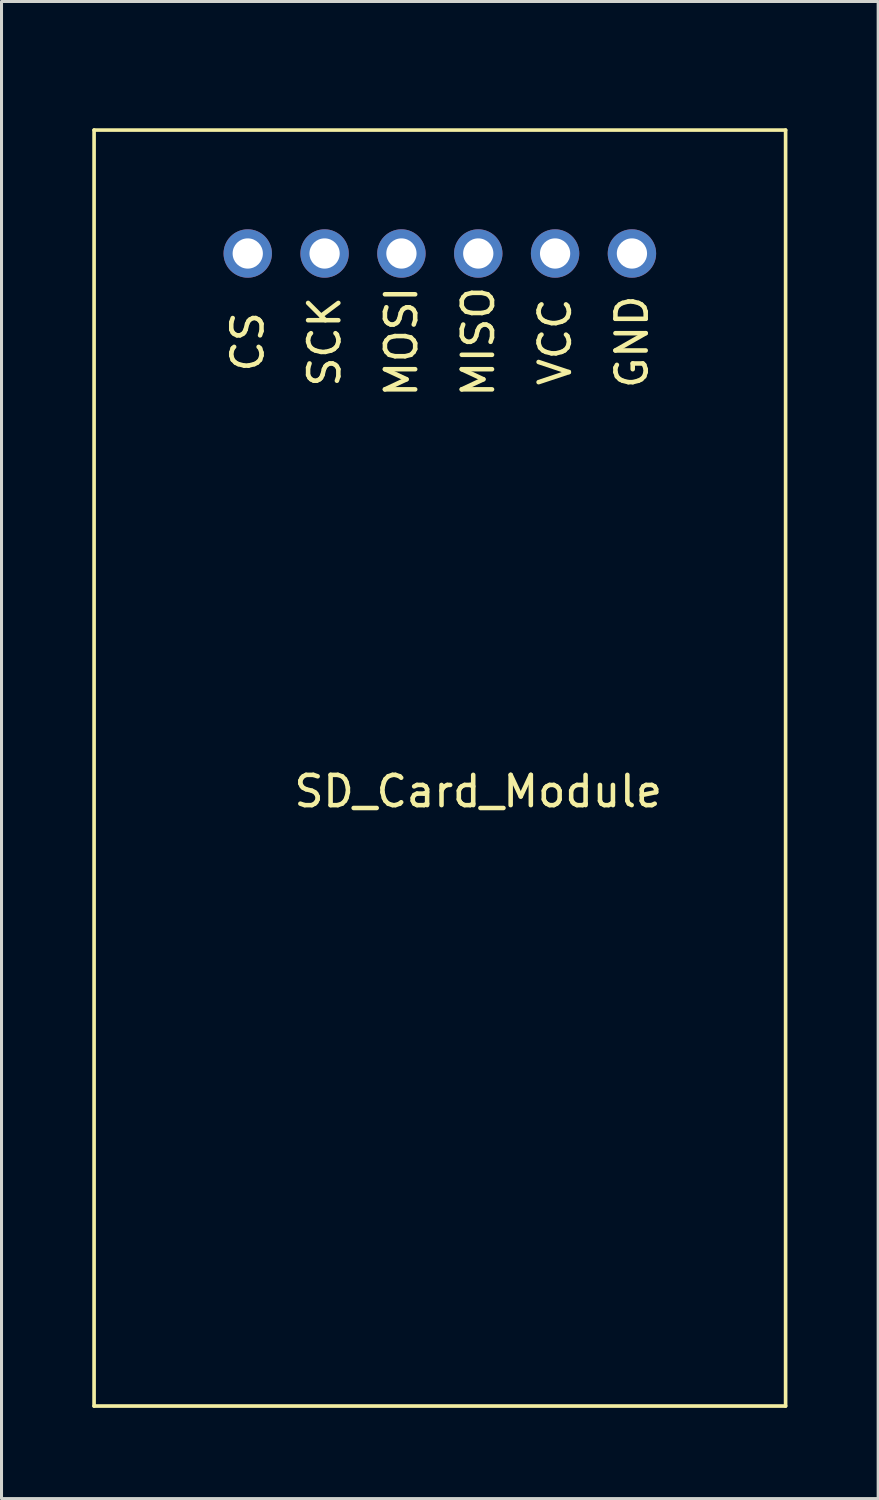
<source format=kicad_pcb>
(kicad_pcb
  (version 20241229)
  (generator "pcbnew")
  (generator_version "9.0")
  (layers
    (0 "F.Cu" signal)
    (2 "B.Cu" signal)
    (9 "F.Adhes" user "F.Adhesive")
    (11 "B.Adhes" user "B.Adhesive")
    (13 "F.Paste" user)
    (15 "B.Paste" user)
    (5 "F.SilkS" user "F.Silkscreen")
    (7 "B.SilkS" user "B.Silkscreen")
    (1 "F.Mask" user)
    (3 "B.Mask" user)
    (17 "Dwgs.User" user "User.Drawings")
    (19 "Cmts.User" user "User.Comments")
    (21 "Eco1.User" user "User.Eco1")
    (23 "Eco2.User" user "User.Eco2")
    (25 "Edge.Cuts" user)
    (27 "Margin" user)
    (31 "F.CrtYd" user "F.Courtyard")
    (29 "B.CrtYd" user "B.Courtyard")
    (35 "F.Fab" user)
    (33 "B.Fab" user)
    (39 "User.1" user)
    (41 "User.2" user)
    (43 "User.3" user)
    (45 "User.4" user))
  (footprint "SD_Card_Module"
    (layer "F.Cu")
    (at 12.76 0.25)
    (property "Reference" "SD_Card_Module" (at 0 22.86 0) (layer "F.SilkS") (effects (font (size 1 1) (thickness 0.15))))
    (attr through_hole)
    (fp_line (start -12.7 1) (end -12.7 43.18) (stroke (width 0.12) (type solid)) (layer "F.SilkS"))
    (fp_line (start -12.7 1) (end 10.16 1) (stroke (width 0.12) (type solid)) (layer "F.SilkS"))
    (fp_line (start -12.7 43.18) (end 10.16 43.18) (stroke (width 0.12) (type solid)) (layer "F.SilkS"))
    (fp_line (start 10.16 1) (end 10.16 43.18) (stroke (width 0.12) (type solid)) (layer "F.SilkS"))
    (fp_text user "MOSI" (at -2.54 8 90) (layer "F.SilkS") (effects (font (size 1 1) (thickness 0.15))))
    (fp_text user "GND" (at 5.08 8 90) (layer "F.SilkS") (effects (font (size 1 1) (thickness 0.15))))
    (fp_text user "VCC" (at 2.54 8 90) (layer "F.SilkS") (effects (font (size 1 1) (thickness 0.15))))
    (fp_text user "MISO" (at 0 8 90) (layer "F.SilkS") (effects (font (size 1 1) (thickness 0.15))))
    (fp_text user "SCK" (at -5.08 8 90) (layer "F.SilkS") (effects (font (size 1 1) (thickness 0.15))))
    (fp_text user "CS" (at -7.62 8 90) (layer "F.SilkS") (effects (font (size 1 1) (thickness 0.15))))
    (pad "1" thru_hole circle (at -7.62 5.08) (size 1.6 1.6) (drill 1) (layers "*.Cu" "*.Mask"))
    (pad "2" thru_hole circle (at -5.08 5.08) (size 1.6 1.6) (drill 1) (layers "*.Cu" "*.Mask"))
    (pad "3" thru_hole circle (at -2.54 5.08) (size 1.6 1.6) (drill 1) (layers "*.Cu" "*.Mask"))
    (pad "4" thru_hole circle (at 0 5.08) (size 1.6 1.6) (drill 1) (layers "*.Cu" "*.Mask"))
    (pad "5" thru_hole circle (at 2.54 5.08) (size 1.6 1.6) (drill 1) (layers "*.Cu" "*.Mask"))
    (pad "6" thru_hole circle (at 5.08 5.08) (size 1.6 1.6) (drill 1) (layers "*.Cu" "*.Mask")))
  (gr_rect
    (start -3 -3)
    (end 25.98 46.49)
    (stroke (width 0.1) (type default))
    (fill no)
    (layer "Edge.Cuts")))
</source>
